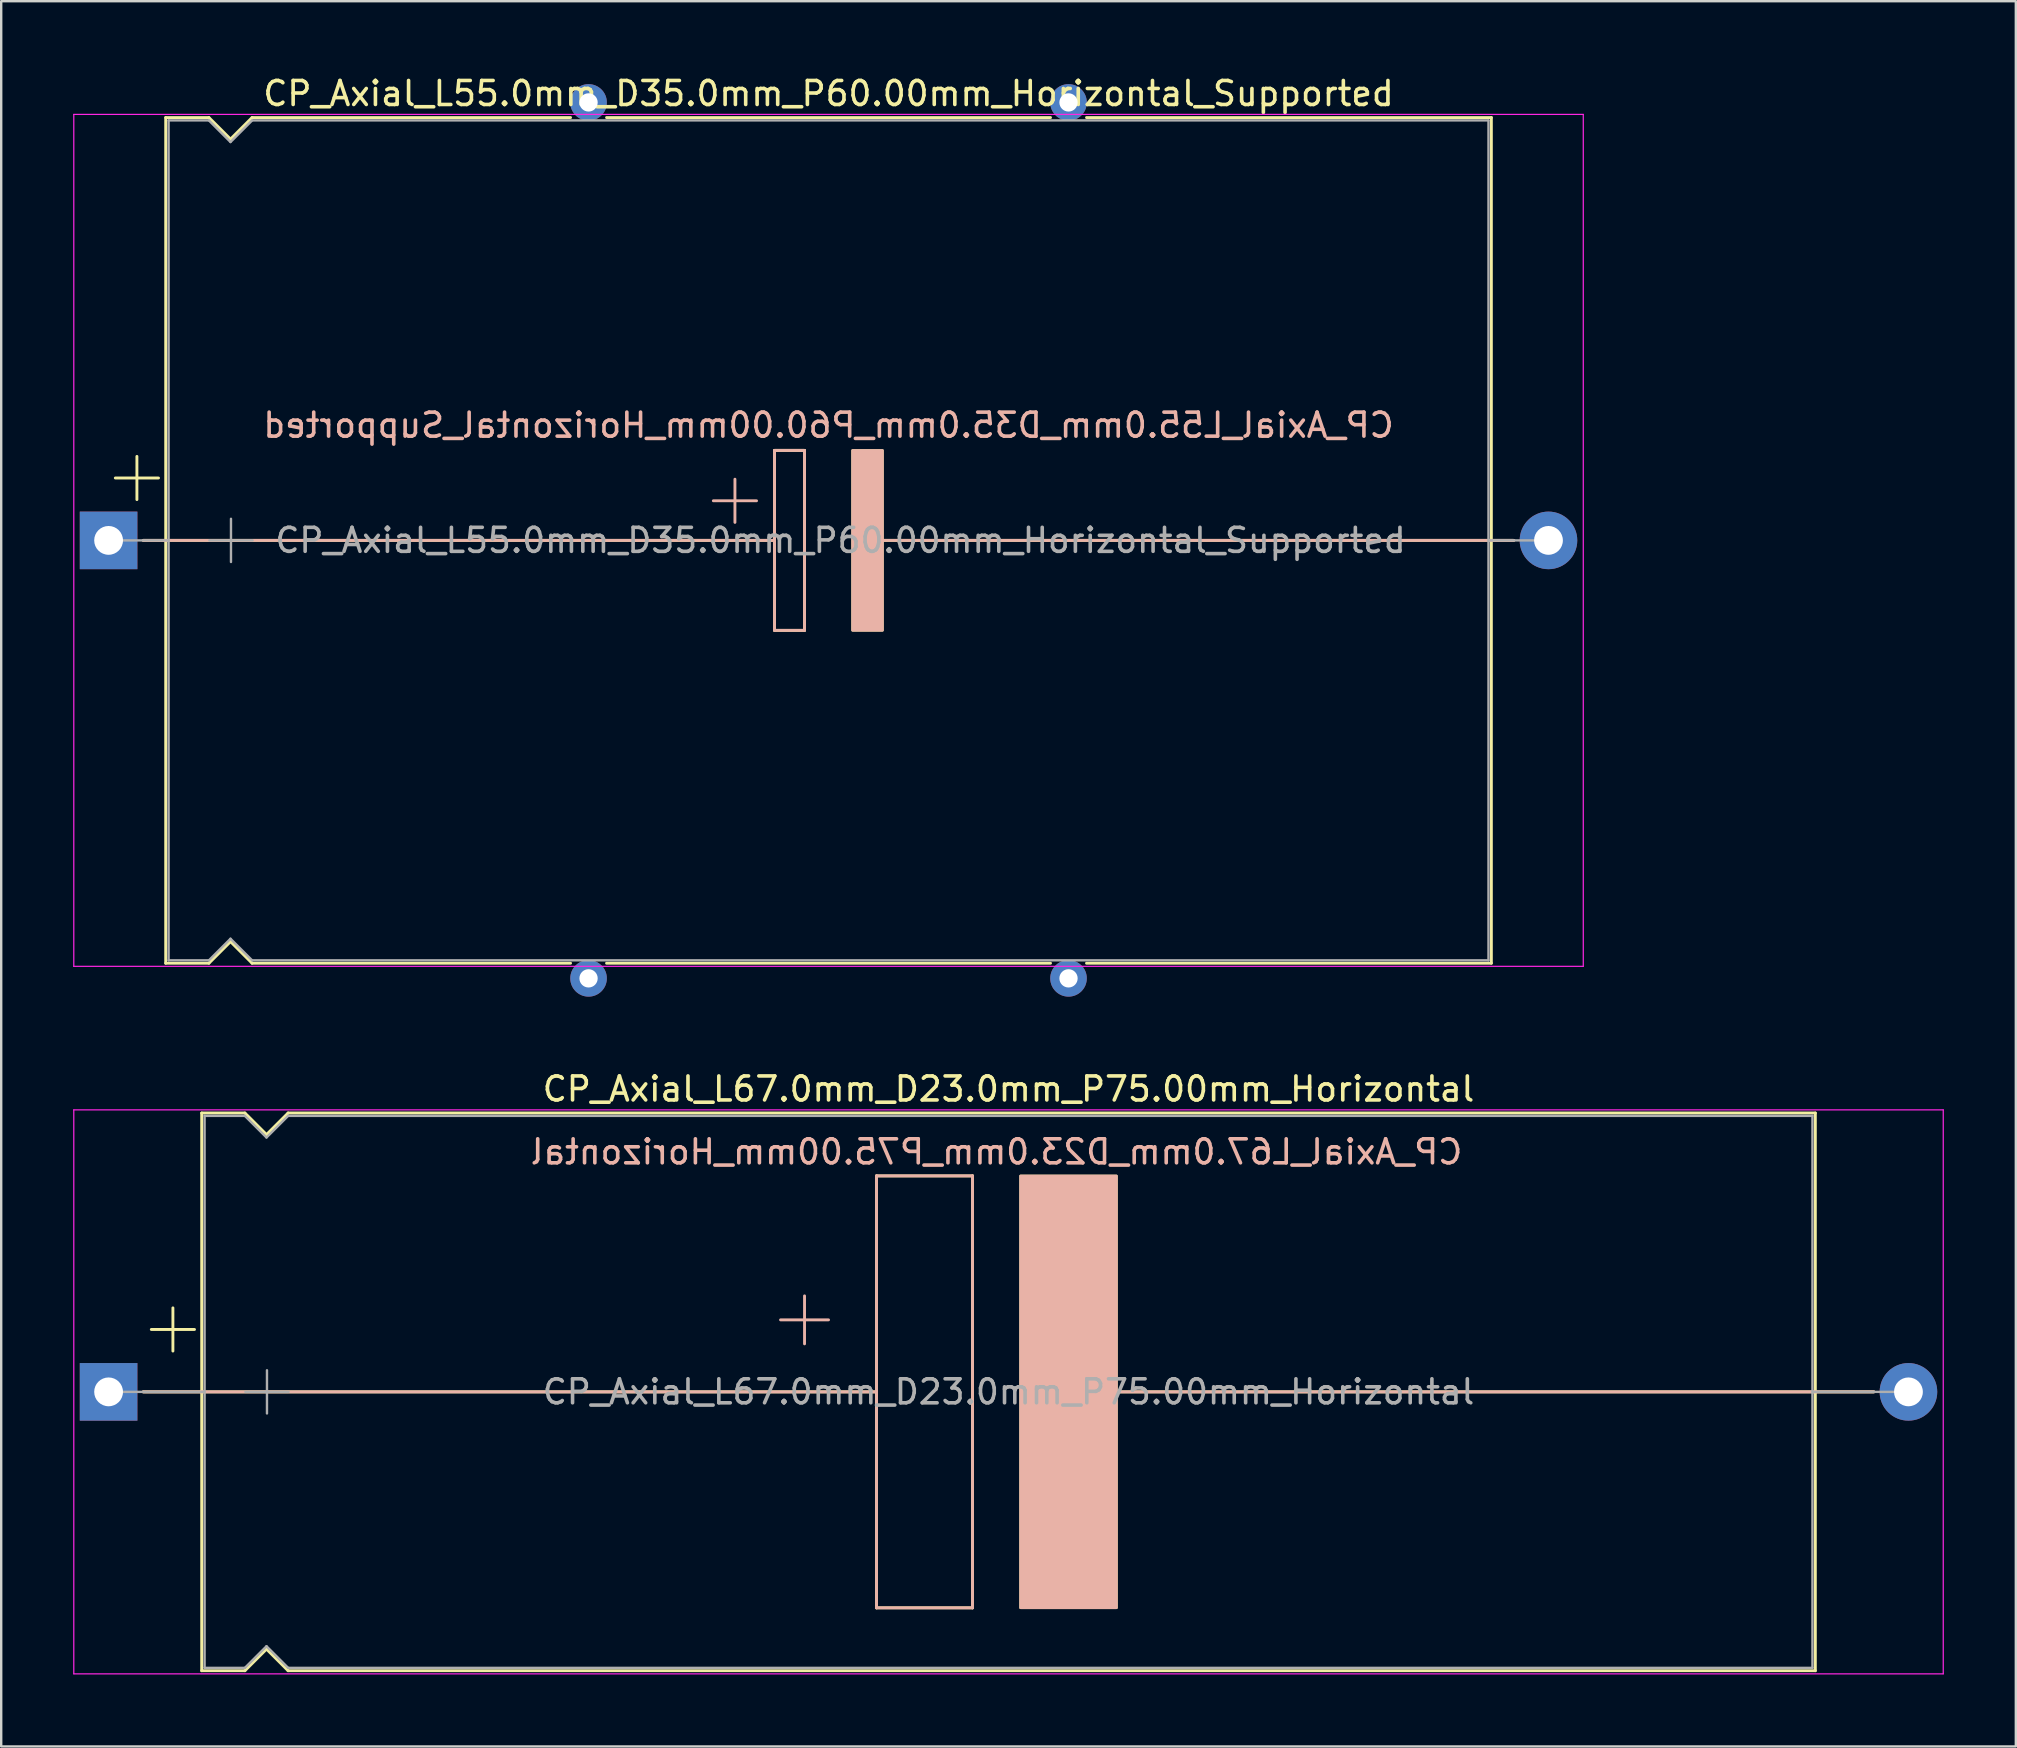
<source format=kicad_pcb>
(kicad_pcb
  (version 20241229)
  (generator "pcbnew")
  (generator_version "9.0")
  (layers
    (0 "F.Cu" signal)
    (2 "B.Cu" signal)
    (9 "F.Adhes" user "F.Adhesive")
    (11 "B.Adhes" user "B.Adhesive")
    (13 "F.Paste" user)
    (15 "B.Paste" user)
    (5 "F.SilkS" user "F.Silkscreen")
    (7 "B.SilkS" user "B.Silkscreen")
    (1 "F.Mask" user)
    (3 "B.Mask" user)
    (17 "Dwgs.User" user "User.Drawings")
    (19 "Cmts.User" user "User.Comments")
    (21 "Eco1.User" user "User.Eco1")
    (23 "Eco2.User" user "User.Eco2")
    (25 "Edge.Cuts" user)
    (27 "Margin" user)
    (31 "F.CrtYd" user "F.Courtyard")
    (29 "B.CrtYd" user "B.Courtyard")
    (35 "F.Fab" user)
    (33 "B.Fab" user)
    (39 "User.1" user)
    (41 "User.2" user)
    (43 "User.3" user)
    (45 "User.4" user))
  (footprint "CP_Axial_L67.0mm_D23.0mm_P75.00mm_Horizontal"
    (layer "F.Cu")
    (at 1.475 54.949)
    (property "Reference" "CP_Axial_L67.0mm_D23.0mm_P75.00mm_Horizontal" (at 37.5 -12.62 0) (layer "F.SilkS") (effects (font (size 1 1) (thickness 0.15))))
    (fp_line (start 1.44 0) (end 3.88 0) (stroke (width 0.12) (type solid)) (layer "F.SilkS"))
    (fp_line (start 1.78 -2.6) (end 3.58 -2.6) (stroke (width 0.12) (type solid)) (layer "F.SilkS"))
    (fp_line (start 2.68 -3.5) (end 2.68 -1.7) (stroke (width 0.12) (type solid)) (layer "F.SilkS"))
    (fp_line (start 3.88 -11.62) (end 3.88 11.62) (stroke (width 0.12) (type solid)) (layer "F.SilkS"))
    (fp_line (start 3.88 -11.62) (end 5.68 -11.62) (stroke (width 0.12) (type solid)) (layer "F.SilkS"))
    (fp_line (start 3.88 0) (end 32 0) (stroke (width 0.12) (type solid)) (layer "F.SilkS"))
    (fp_line (start 3.88 11.62) (end 5.68 11.62) (stroke (width 0.12) (type solid)) (layer "F.SilkS"))
    (fp_line (start 5.68 -11.62) (end 6.58 -10.72) (stroke (width 0.12) (type solid)) (layer "F.SilkS"))
    (fp_line (start 5.68 11.62) (end 6.58 10.72) (stroke (width 0.12) (type solid)) (layer "F.SilkS"))
    (fp_line (start 6.58 -10.72) (end 7.48 -11.62) (stroke (width 0.12) (type solid)) (layer "F.SilkS"))
    (fp_line (start 6.58 10.72) (end 7.48 11.62) (stroke (width 0.12) (type solid)) (layer "F.SilkS"))
    (fp_line (start 7.48 -11.62) (end 71.12 -11.62) (stroke (width 0.12) (type solid)) (layer "F.SilkS"))
    (fp_line (start 7.48 11.62) (end 71.12 11.62) (stroke (width 0.12) (type solid)) (layer "F.SilkS"))
    (fp_line (start 32 -9) (end 36 -9) (stroke (width 0.12) (type solid)) (layer "F.SilkS"))
    (fp_line (start 32 9) (end 32 -9) (stroke (width 0.12) (type solid)) (layer "F.SilkS"))
    (fp_line (start 36 -9) (end 36 9) (stroke (width 0.12) (type solid)) (layer "F.SilkS"))
    (fp_line (start 36 9) (end 32 9) (stroke (width 0.12) (type solid)) (layer "F.SilkS"))
    (fp_line (start 42 0) (end 71.12 0) (stroke (width 0.12) (type solid)) (layer "F.SilkS"))
    (fp_line (start 71.12 -11.62) (end 71.12 11.62) (stroke (width 0.12) (type solid)) (layer "F.SilkS"))
    (fp_line (start 73.56 0) (end 71.12 0) (stroke (width 0.12) (type solid)) (layer "F.SilkS"))
    (fp_poly (pts (xy 42 9) (xy 38 9) (xy 38 -9) (xy 42 -9)) (stroke (width 0.1) (type solid)) (fill yes) (layer "F.SilkS"))
    (fp_line (start 1.44 0) (end 3.88 0) (stroke (width 0.12) (type solid)) (layer "B.SilkS"))
    (fp_line (start 3.88 0) (end 32 0) (stroke (width 0.12) (type solid)) (layer "B.SilkS"))
    (fp_line (start 29 -2) (end 29 -4) (stroke (width 0.12) (type solid)) (layer "B.SilkS"))
    (fp_line (start 30 -3) (end 28 -3) (stroke (width 0.12) (type solid)) (layer "B.SilkS"))
    (fp_line (start 32 -9) (end 36 -9) (stroke (width 0.12) (type solid)) (layer "B.SilkS"))
    (fp_line (start 32 9) (end 32 -9) (stroke (width 0.12) (type solid)) (layer "B.SilkS"))
    (fp_line (start 36 -9) (end 36 9) (stroke (width 0.12) (type solid)) (layer "B.SilkS"))
    (fp_line (start 36 9) (end 32 9) (stroke (width 0.12) (type solid)) (layer "B.SilkS"))
    (fp_line (start 42 0) (end 71.12 0) (stroke (width 0.12) (type solid)) (layer "B.SilkS"))
    (fp_line (start 73.56 0) (end 71.12 0) (stroke (width 0.12) (type solid)) (layer "B.SilkS"))
    (fp_poly (pts (xy 42 9) (xy 38 9) (xy 38 -9) (xy 42 -9)) (stroke (width 0.1) (type solid)) (fill yes) (layer "B.SilkS"))
    (fp_line (start -1.45 -11.75) (end -1.45 11.75) (stroke (width 0.05) (type solid)) (layer "F.CrtYd"))
    (fp_line (start -1.45 11.75) (end 76.45 11.75) (stroke (width 0.05) (type solid)) (layer "F.CrtYd"))
    (fp_line (start 76.45 -11.75) (end -1.45 -11.75) (stroke (width 0.05) (type solid)) (layer "F.CrtYd"))
    (fp_line (start 76.45 11.75) (end 76.45 -11.75) (stroke (width 0.05) (type solid)) (layer "F.CrtYd"))
    (fp_line (start 0 0) (end 4 0) (stroke (width 0.1) (type solid)) (layer "F.Fab"))
    (fp_line (start 4 -11.5) (end 4 11.5) (stroke (width 0.1) (type solid)) (layer "F.Fab"))
    (fp_line (start 4 -11.5) (end 5.68 -11.5) (stroke (width 0.1) (type solid)) (layer "F.Fab"))
    (fp_line (start 4 11.5) (end 5.68 11.5) (stroke (width 0.1) (type solid)) (layer "F.Fab"))
    (fp_line (start 5.68 -11.5) (end 6.58 -10.6) (stroke (width 0.1) (type solid)) (layer "F.Fab"))
    (fp_line (start 5.68 11.5) (end 6.58 10.6) (stroke (width 0.1) (type solid)) (layer "F.Fab"))
    (fp_line (start 5.7 0) (end 7.5 0) (stroke (width 0.1) (type solid)) (layer "F.Fab"))
    (fp_line (start 6.58 -10.6) (end 7.48 -11.5) (stroke (width 0.1) (type solid)) (layer "F.Fab"))
    (fp_line (start 6.58 10.6) (end 7.48 11.5) (stroke (width 0.1) (type solid)) (layer "F.Fab"))
    (fp_line (start 6.6 -0.9) (end 6.6 0.9) (stroke (width 0.1) (type solid)) (layer "F.Fab"))
    (fp_line (start 7.48 -11.5) (end 71 -11.5) (stroke (width 0.1) (type solid)) (layer "F.Fab"))
    (fp_line (start 7.48 11.5) (end 71 11.5) (stroke (width 0.1) (type solid)) (layer "F.Fab"))
    (fp_line (start 71 -11.5) (end 71 11.5) (stroke (width 0.1) (type solid)) (layer "F.Fab"))
    (fp_line (start 75 0) (end 71 0) (stroke (width 0.1) (type solid)) (layer "F.Fab"))
    (fp_text user "${REFERENCE}" (at 37 -10 0) (layer "B.SilkS") (effects (font (size 1 1) (thickness 0.15)) (justify mirror)))
    (fp_text user "${REFERENCE}" (at 37.5 0 0) (layer "F.Fab") (effects (font (size 1 1) (thickness 0.15))))
    (pad "1" thru_hole rect (at 0 0) (size 2.4 2.4) (drill 1.2) (layers "*.Cu" "*.Mask"))
    (pad "2" thru_hole oval (at 75 0) (size 2.4 2.4) (drill 1.2) (layers "*.Cu" "*.Mask")))
  (footprint "CP_Axial_L55.0mm_D35.0mm_P60.00mm_Horizontal_Supported"
    (layer "F.Cu")
    (at 1.475 19.468)
    (property "Reference" "CP_Axial_L55.0mm_D35.0mm_P60.00mm_Horizontal_Supported" (at 30 -18.62 0) (layer "F.SilkS") (effects (font (size 1 1) (thickness 0.15))))
    (fp_line (start 0.28 -2.6) (end 2.08 -2.6) (stroke (width 0.12) (type solid)) (layer "F.SilkS"))
    (fp_line (start 1.18 -3.5) (end 1.18 -1.7) (stroke (width 0.12) (type solid)) (layer "F.SilkS"))
    (fp_line (start 1.44 0) (end 2.38 0) (stroke (width 0.12) (type solid)) (layer "F.SilkS"))
    (fp_line (start 2.38 -17.62) (end 2.38 17.62) (stroke (width 0.12) (type solid)) (layer "F.SilkS"))
    (fp_line (start 2.38 -17.62) (end 4.18 -17.62) (stroke (width 0.12) (type solid)) (layer "F.SilkS"))
    (fp_line (start 2.38 0) (end 27.75 0) (stroke (width 0.12) (type solid)) (layer "F.SilkS"))
    (fp_line (start 2.38 17.62) (end 4.18 17.62) (stroke (width 0.12) (type solid)) (layer "F.SilkS"))
    (fp_line (start 4.18 -17.62) (end 5.08 -16.72) (stroke (width 0.12) (type solid)) (layer "F.SilkS"))
    (fp_line (start 4.18 17.62) (end 5.08 16.72) (stroke (width 0.12) (type solid)) (layer "F.SilkS"))
    (fp_line (start 5.08 -16.72) (end 5.98 -17.62) (stroke (width 0.12) (type solid)) (layer "F.SilkS"))
    (fp_line (start 5.08 16.72) (end 5.98 17.62) (stroke (width 0.12) (type solid)) (layer "F.SilkS"))
    (fp_line (start 5.98 -17.62) (end 19.25 -17.62) (stroke (width 0.12) (type solid)) (layer "F.SilkS"))
    (fp_line (start 5.98 17.62) (end 19.25 17.62) (stroke (width 0.12) (type solid)) (layer "F.SilkS"))
    (fp_line (start 20.75 -17.62) (end 39.25 -17.62) (stroke (width 0.12) (type solid)) (layer "F.SilkS"))
    (fp_line (start 20.75 17.62) (end 39.25 17.62) (stroke (width 0.12) (type solid)) (layer "F.SilkS"))
    (fp_line (start 27.75 -3.75) (end 29 -3.75) (stroke (width 0.12) (type solid)) (layer "F.SilkS"))
    (fp_line (start 27.75 0) (end 27.75 -3.75) (stroke (width 0.12) (type solid)) (layer "F.SilkS"))
    (fp_line (start 27.75 3.75) (end 27.75 0) (stroke (width 0.12) (type solid)) (layer "F.SilkS"))
    (fp_line (start 29 -3.75) (end 29 3.75) (stroke (width 0.12) (type solid)) (layer "F.SilkS"))
    (fp_line (start 29 3.75) (end 27.75 3.75) (stroke (width 0.12) (type solid)) (layer "F.SilkS"))
    (fp_line (start 31.75 0) (end 57.62 0) (stroke (width 0.12) (type solid)) (layer "F.SilkS"))
    (fp_line (start 40.75 -17.62) (end 57.62 -17.62) (stroke (width 0.12) (type solid)) (layer "F.SilkS"))
    (fp_line (start 40.75 17.62) (end 57.62 17.62) (stroke (width 0.12) (type solid)) (layer "F.SilkS"))
    (fp_line (start 57.62 -17.62) (end 57.62 17.62) (stroke (width 0.12) (type solid)) (layer "F.SilkS"))
    (fp_line (start 58.56 0) (end 57.62 0) (stroke (width 0.12) (type solid)) (layer "F.SilkS"))
    (fp_poly (pts (xy 32.25 3.75) (xy 31 3.75) (xy 31 -3.75) (xy 32.25 -3.75)) (stroke (width 0.1) (type solid)) (fill yes) (layer "F.SilkS"))
    (fp_line (start 1.45 0) (end 20.88 0) (stroke (width 0.12) (type solid)) (layer "B.SilkS"))
    (fp_line (start 20.88 0) (end 27.75 0) (stroke (width 0.12) (type solid)) (layer "B.SilkS"))
    (fp_line (start 26.1 -2.55) (end 26.1 -0.75) (stroke (width 0.12) (type solid)) (layer "B.SilkS"))
    (fp_line (start 27 -1.65) (end 25.2 -1.65) (stroke (width 0.12) (type solid)) (layer "B.SilkS"))
    (fp_line (start 27.75 -3.75) (end 29 -3.75) (stroke (width 0.12) (type solid)) (layer "B.SilkS"))
    (fp_line (start 27.75 0) (end 27.75 -3.75) (stroke (width 0.12) (type solid)) (layer "B.SilkS"))
    (fp_line (start 27.75 3.75) (end 27.75 0) (stroke (width 0.12) (type solid)) (layer "B.SilkS"))
    (fp_line (start 29 -3.75) (end 29 3.75) (stroke (width 0.12) (type solid)) (layer "B.SilkS"))
    (fp_line (start 29 3.75) (end 27.75 3.75) (stroke (width 0.12) (type solid)) (layer "B.SilkS"))
    (fp_line (start 32.25 0) (end 39.12 0) (stroke (width 0.12) (type solid)) (layer "B.SilkS"))
    (fp_line (start 58.55 0) (end 39.12 0) (stroke (width 0.12) (type solid)) (layer "B.SilkS"))
    (fp_poly (pts (xy 32.25 3.75) (xy 31 3.75) (xy 31 -3.75) (xy 32.25 -3.75)) (stroke (width 0.1) (type solid)) (fill yes) (layer "B.SilkS"))
    (fp_line (start -1.45 -17.75) (end -1.45 17.75) (stroke (width 0.05) (type solid)) (layer "F.CrtYd"))
    (fp_line (start -1.45 17.75) (end 61.45 17.75) (stroke (width 0.05) (type solid)) (layer "F.CrtYd"))
    (fp_line (start 61.45 -17.75) (end -1.45 -17.75) (stroke (width 0.05) (type solid)) (layer "F.CrtYd"))
    (fp_line (start 61.45 17.75) (end 61.45 -17.75) (stroke (width 0.05) (type solid)) (layer "F.CrtYd"))
    (fp_line (start 0 0) (end 2.5 0) (stroke (width 0.1) (type solid)) (layer "F.Fab"))
    (fp_line (start 2.5 -17.5) (end 2.5 17.5) (stroke (width 0.1) (type solid)) (layer "F.Fab"))
    (fp_line (start 2.5 -17.5) (end 4.18 -17.5) (stroke (width 0.1) (type solid)) (layer "F.Fab"))
    (fp_line (start 2.5 17.5) (end 4.18 17.5) (stroke (width 0.1) (type solid)) (layer "F.Fab"))
    (fp_line (start 4.18 -17.5) (end 5.08 -16.6) (stroke (width 0.1) (type solid)) (layer "F.Fab"))
    (fp_line (start 4.18 17.5) (end 5.08 16.6) (stroke (width 0.1) (type solid)) (layer "F.Fab"))
    (fp_line (start 4.2 0) (end 6 0) (stroke (width 0.1) (type solid)) (layer "F.Fab"))
    (fp_line (start 5.08 -16.6) (end 5.98 -17.5) (stroke (width 0.1) (type solid)) (layer "F.Fab"))
    (fp_line (start 5.08 16.6) (end 5.98 17.5) (stroke (width 0.1) (type solid)) (layer "F.Fab"))
    (fp_line (start 5.1 -0.9) (end 5.1 0.9) (stroke (width 0.1) (type solid)) (layer "F.Fab"))
    (fp_line (start 5.98 -17.5) (end 57.5 -17.5) (stroke (width 0.1) (type solid)) (layer "F.Fab"))
    (fp_line (start 5.98 17.5) (end 57.5 17.5) (stroke (width 0.1) (type solid)) (layer "F.Fab"))
    (fp_line (start 57.5 -17.5) (end 57.5 17.5) (stroke (width 0.1) (type solid)) (layer "F.Fab"))
    (fp_line (start 60 0) (end 57.5 0) (stroke (width 0.1) (type solid)) (layer "F.Fab"))
    (fp_text user "${REFERENCE}" (at 30 -4.8 0) (layer "B.SilkS") (effects (font (size 1 1) (thickness 0.15)) (justify mirror)))
    (fp_text user "${REFERENCE}" (at 30.5 0 0) (layer "F.Fab") (effects (font (size 1 1) (thickness 0.15))))
    (pad "" thru_hole circle (at 20 -18.25) (size 1.524 1.524) (drill 0.762) (layers "*.Cu" "*.Mask"))
    (pad "" thru_hole circle (at 20 18.25) (size 1.524 1.524) (drill 0.762) (layers "*.Cu" "*.Mask"))
    (pad "" thru_hole circle (at 40 -18.25) (size 1.524 1.524) (drill 0.762) (layers "*.Cu" "*.Mask"))
    (pad "" thru_hole circle (at 40 18.25) (size 1.524 1.524) (drill 0.762) (layers "*.Cu" "*.Mask"))
    (pad "1" thru_hole rect (at 0 0) (size 2.4 2.4) (drill 1.2) (layers "*.Cu" "*.Mask"))
    (pad "2" thru_hole oval (at 60 0) (size 2.4 2.4) (drill 1.2) (layers "*.Cu" "*.Mask")))
  (gr_rect
    (start -3 -3)
    (end 80.95 69.724)
    (stroke (width 0.1) (type default))
    (fill no)
    (layer "Edge.Cuts")))
</source>
